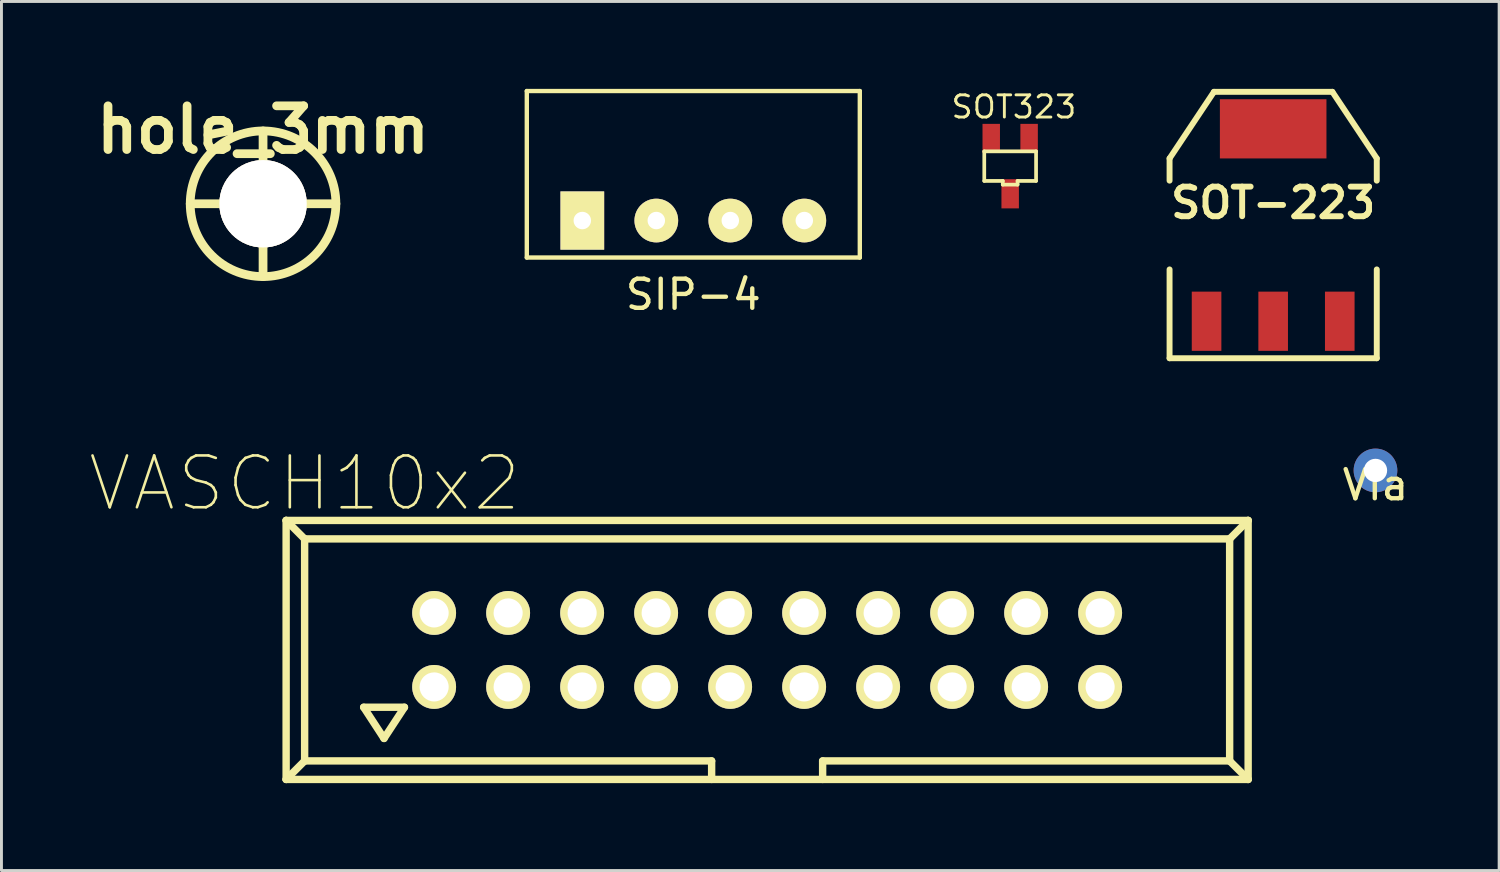
<source format=kicad_pcb>
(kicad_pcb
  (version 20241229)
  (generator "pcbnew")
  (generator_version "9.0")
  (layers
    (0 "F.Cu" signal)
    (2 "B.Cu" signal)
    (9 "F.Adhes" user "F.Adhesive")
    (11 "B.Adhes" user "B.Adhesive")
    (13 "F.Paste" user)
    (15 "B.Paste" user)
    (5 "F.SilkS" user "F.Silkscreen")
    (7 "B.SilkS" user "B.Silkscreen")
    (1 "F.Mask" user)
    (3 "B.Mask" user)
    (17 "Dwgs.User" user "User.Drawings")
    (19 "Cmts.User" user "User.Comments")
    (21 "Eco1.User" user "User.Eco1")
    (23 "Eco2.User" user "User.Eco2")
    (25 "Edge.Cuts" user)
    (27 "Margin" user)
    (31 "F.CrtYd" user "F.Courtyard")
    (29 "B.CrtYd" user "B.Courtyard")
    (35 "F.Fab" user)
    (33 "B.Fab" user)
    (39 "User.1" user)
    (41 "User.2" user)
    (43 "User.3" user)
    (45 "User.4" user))
  (footprint "SOT323"
    (layer "F.Cu")
    (at 31.623 2.652)
    (property "Reference" "SOT323" (at 0.127 -2.032 0) (layer "F.SilkS") (effects (font (size 0.762 0.762) (thickness 0.099))))
    (attr smd)
    (fp_line (start -0.889 -0.508) (end -0.889 0.508) (stroke (width 0.127) (type solid)) (layer "F.SilkS"))
    (fp_line (start -0.889 0.508) (end -0.254 0.508) (stroke (width 0.127) (type solid)) (layer "F.SilkS"))
    (fp_line (start -0.254 0.508) (end -0.254 0.635) (stroke (width 0.127) (type solid)) (layer "F.SilkS"))
    (fp_line (start -0.254 0.635) (end 0.254 0.635) (stroke (width 0.127) (type solid)) (layer "F.SilkS"))
    (fp_line (start 0.254 0.508) (end 0.889 0.508) (stroke (width 0.127) (type solid)) (layer "F.SilkS"))
    (fp_line (start 0.254 0.635) (end 0.254 0.508) (stroke (width 0.127) (type solid)) (layer "F.SilkS"))
    (fp_line (start 0.889 -0.508) (end -0.889 -0.508) (stroke (width 0.127) (type solid)) (layer "F.SilkS"))
    (fp_line (start 0.889 0.508) (end 0.889 -0.508) (stroke (width 0.127) (type solid)) (layer "F.SilkS"))
    (pad "1" smd rect (at 0.65 -0.95) (size 0.599 1.001) (layers "F.Cu" "F.Mask" "F.Paste"))
    (pad "2" smd rect (at -0.65 -0.95) (size 0.599 1.001) (layers "F.Cu" "F.Mask" "F.Paste"))
    (pad "3" smd rect (at 0 0.95) (size 0.599 1.001) (layers "F.Cu" "F.Mask" "F.Paste")))
  (footprint "SOT-223"
    (layer "F.Cu")
    (at 40.65 4.674)
    (property "Reference" "SOT-223" (at 0 -0.762 0) (layer "F.SilkS") (effects (font (size 1.016 1.016) (thickness 0.203))))
    (attr smd)
    (fp_line (start -3.556 -2.286) (end -2.032 -4.572) (stroke (width 0.203) (type solid)) (layer "F.SilkS"))
    (fp_line (start -3.556 -1.524) (end -3.556 -2.286) (stroke (width 0.203) (type solid)) (layer "F.SilkS"))
    (fp_line (start -3.556 1.524) (end -3.556 4.572) (stroke (width 0.203) (type solid)) (layer "F.SilkS"))
    (fp_line (start -3.556 4.572) (end 3.556 4.572) (stroke (width 0.203) (type solid)) (layer "F.SilkS"))
    (fp_line (start -2.032 -4.572) (end 2.032 -4.572) (stroke (width 0.203) (type solid)) (layer "F.SilkS"))
    (fp_line (start 2.032 -4.572) (end 3.556 -2.286) (stroke (width 0.203) (type solid)) (layer "F.SilkS"))
    (fp_line (start 3.556 -2.286) (end 3.556 -1.524) (stroke (width 0.203) (type solid)) (layer "F.SilkS"))
    (fp_line (start 3.556 4.572) (end 3.556 1.524) (stroke (width 0.203) (type solid)) (layer "F.SilkS"))
    (pad "1" smd rect (at -2.286 3.302) (size 1.016 2.032) (layers "F.Cu" "F.Mask" "F.Paste"))
    (pad "2" smd rect (at 0 3.302) (size 1.016 2.032) (layers "F.Cu" "F.Mask" "F.Paste"))
    (pad "3" smd rect (at 2.286 3.302) (size 1.016 2.032) (layers "F.Cu" "F.Mask" "F.Paste"))
    (pad "4" smd rect (at 0 -3.302) (size 3.658 2.032) (layers "F.Cu" "F.Mask" "F.Paste")))
  (footprint "VASCH10x2"
    (layer "F.Cu")
    (at 23.281 19.258)
    (property "Reference" "VASCH10x2" (at -15.875 -5.715 0) (layer "F.SilkS") (effects (font (size 1.778 1.778) (thickness 0.089))))
    (attr exclude_from_pos_files exclude_from_bom)
    (fp_line (start -16.51 -4.445) (end -16.51 4.445) (stroke (width 0.254) (type solid)) (layer "F.SilkS"))
    (fp_line (start -16.51 -4.445) (end -15.875 -3.81) (stroke (width 0.254) (type solid)) (layer "F.SilkS"))
    (fp_line (start -16.51 4.445) (end 16.51 4.445) (stroke (width 0.254) (type solid)) (layer "F.SilkS"))
    (fp_line (start -15.875 -3.81) (end -15.875 3.81) (stroke (width 0.254) (type solid)) (layer "F.SilkS"))
    (fp_line (start -15.875 -3.81) (end 15.875 -3.81) (stroke (width 0.254) (type solid)) (layer "F.SilkS"))
    (fp_line (start -15.875 3.81) (end -16.51 4.445) (stroke (width 0.254) (type solid)) (layer "F.SilkS"))
    (fp_line (start -15.875 3.81) (end -1.905 3.81) (stroke (width 0.254) (type solid)) (layer "F.SilkS"))
    (fp_line (start -13.848 1.968) (end -13.15 3.038) (stroke (width 0.254) (type solid)) (layer "F.SilkS"))
    (fp_line (start -13.15 3.038) (end -12.449 1.968) (stroke (width 0.254) (type solid)) (layer "F.SilkS"))
    (fp_line (start -12.449 1.968) (end -13.848 1.968) (stroke (width 0.254) (type solid)) (layer "F.SilkS"))
    (fp_line (start -1.905 3.81) (end -1.905 4.445) (stroke (width 0.254) (type solid)) (layer "F.SilkS"))
    (fp_line (start 1.905 3.81) (end 1.905 4.445) (stroke (width 0.254) (type solid)) (layer "F.SilkS"))
    (fp_line (start 15.875 -3.81) (end 15.875 3.81) (stroke (width 0.254) (type solid)) (layer "F.SilkS"))
    (fp_line (start 15.875 -3.81) (end 16.51 -4.445) (stroke (width 0.254) (type solid)) (layer "F.SilkS"))
    (fp_line (start 15.875 3.81) (end 1.905 3.81) (stroke (width 0.254) (type solid)) (layer "F.SilkS"))
    (fp_line (start 15.875 3.81) (end 16.51 4.445) (stroke (width 0.254) (type solid)) (layer "F.SilkS"))
    (fp_line (start 16.51 -4.445) (end -16.51 -4.445) (stroke (width 0.254) (type solid)) (layer "F.SilkS"))
    (fp_line (start 16.51 -4.445) (end 16.51 4.445) (stroke (width 0.254) (type solid)) (layer "F.SilkS"))
    (pad "1" thru_hole circle (at -11.43 1.27) (size 1.506 1.506) (drill 0.998) (layers "*.Cu" "*.Mask" "F.SilkS" "F.Paste"))
    (pad "2" thru_hole circle (at -11.43 -1.27) (size 1.506 1.506) (drill 0.998) (layers "*.Cu" "*.Mask" "F.SilkS" "F.Paste"))
    (pad "3" thru_hole circle (at -8.89 1.27) (size 1.506 1.506) (drill 0.998) (layers "*.Cu" "*.Mask" "F.SilkS" "F.Paste"))
    (pad "4" thru_hole circle (at -8.89 -1.27) (size 1.506 1.506) (drill 0.998) (layers "*.Cu" "*.Mask" "F.SilkS" "F.Paste"))
    (pad "5" thru_hole circle (at -6.35 1.27) (size 1.506 1.506) (drill 0.998) (layers "*.Cu" "*.Mask" "F.SilkS" "F.Paste"))
    (pad "6" thru_hole circle (at -6.35 -1.27) (size 1.506 1.506) (drill 0.998) (layers "*.Cu" "*.Mask" "F.SilkS" "F.Paste"))
    (pad "7" thru_hole circle (at -3.81 1.27) (size 1.506 1.506) (drill 0.998) (layers "*.Cu" "*.Mask" "F.SilkS" "F.Paste"))
    (pad "8" thru_hole circle (at -3.81 -1.27) (size 1.506 1.506) (drill 0.998) (layers "*.Cu" "*.Mask" "F.SilkS" "F.Paste"))
    (pad "9" thru_hole circle (at -1.27 1.27) (size 1.506 1.506) (drill 0.998) (layers "*.Cu" "*.Mask" "F.SilkS" "F.Paste"))
    (pad "10" thru_hole circle (at -1.27 -1.27) (size 1.506 1.506) (drill 0.998) (layers "*.Cu" "*.Mask" "F.SilkS" "F.Paste"))
    (pad "11" thru_hole circle (at 1.27 1.27) (size 1.506 1.506) (drill 0.998) (layers "*.Cu" "*.Mask" "F.SilkS" "F.Paste"))
    (pad "12" thru_hole circle (at 1.27 -1.27) (size 1.506 1.506) (drill 0.998) (layers "*.Cu" "*.Mask" "F.SilkS" "F.Paste"))
    (pad "13" thru_hole circle (at 3.81 1.27) (size 1.506 1.506) (drill 0.998) (layers "*.Cu" "*.Mask" "F.SilkS" "F.Paste"))
    (pad "14" thru_hole circle (at 3.81 -1.27) (size 1.506 1.506) (drill 0.998) (layers "*.Cu" "*.Mask" "F.SilkS" "F.Paste"))
    (pad "15" thru_hole circle (at 6.35 1.27) (size 1.506 1.506) (drill 0.998) (layers "*.Cu" "*.Mask" "F.SilkS" "F.Paste"))
    (pad "16" thru_hole circle (at 6.35 -1.27) (size 1.506 1.506) (drill 0.998) (layers "*.Cu" "*.Mask" "F.SilkS" "F.Paste"))
    (pad "17" thru_hole circle (at 8.89 1.27) (size 1.506 1.506) (drill 0.998) (layers "*.Cu" "*.Mask" "F.SilkS" "F.Paste"))
    (pad "18" thru_hole circle (at 8.89 -1.27) (size 1.506 1.506) (drill 0.998) (layers "*.Cu" "*.Mask" "F.SilkS" "F.Paste"))
    (pad "19" thru_hole circle (at 11.43 1.27) (size 1.506 1.506) (drill 0.998) (layers "*.Cu" "*.Mask" "F.SilkS" "F.Paste"))
    (pad "20" thru_hole circle (at 11.43 -1.27) (size 1.506 1.506) (drill 0.998) (layers "*.Cu" "*.Mask" "F.SilkS" "F.Paste")))
  (footprint "Via"
    (layer "F.Cu")
    (at 44.162 13.097)
    (property "Reference" "Via" (at 0 0.5 0) (layer "F.SilkS") (effects (font (size 1 1) (thickness 0.15))))
    (attr through_hole)
    (pad "1" thru_hole circle (at 0 0) (size 1.5 1.5) (drill 0.8) (layers "*.Cu")))
  (footprint "SIP-4"
    (layer "F.Cu")
    (at 20.747 4.52)
    (property "Reference" "SIP-4" (at 0 2.54 0) (layer "F.SilkS") (effects (font (size 1 1) (thickness 0.15))))
    (attr through_hole)
    (fp_line (start -5.715 -4.445) (end 5.715 -4.445) (stroke (width 0.15) (type solid)) (layer "F.SilkS"))
    (fp_line (start -5.715 1.27) (end -5.715 -4.445) (stroke (width 0.15) (type solid)) (layer "F.SilkS"))
    (fp_line (start 5.715 -4.445) (end 5.715 1.27) (stroke (width 0.15) (type solid)) (layer "F.SilkS"))
    (fp_line (start 5.715 1.27) (end -5.715 1.27) (stroke (width 0.15) (type solid)) (layer "F.SilkS"))
    (pad "1" thru_hole rect (at -3.81 0) (size 1.5 2) (drill 0.6) (layers "*.Cu" "*.Mask" "F.SilkS"))
    (pad "2" thru_hole circle (at -1.27 0) (size 1.5 1.5) (drill 0.6) (layers "*.Cu" "*.Mask" "F.SilkS"))
    (pad "3" thru_hole circle (at 1.27 0) (size 1.5 1.5) (drill 0.6) (layers "*.Cu" "*.Mask" "F.SilkS"))
    (pad "4" thru_hole circle (at 3.81 0) (size 1.5 1.5) (drill 0.6) (layers "*.Cu" "*.Mask" "F.SilkS")))
  (footprint "hole_3mm"
    (layer "F.Cu")
    (at 5.979 3.944)
    (property "Reference" "hole_3mm" (at 0 -2.54 0) (layer "F.SilkS") (effects (font (size 1.5 1.5) (thickness 0.3))))
    (attr through_hole)
    (fp_line (start -2.5 0) (end -1.5 0) (stroke (width 0.3) (type solid)) (layer "F.SilkS"))
    (fp_line (start 0 -1.5) (end 0 -2.5) (stroke (width 0.3) (type solid)) (layer "F.SilkS"))
    (fp_line (start 0 2.5) (end 0 1.5) (stroke (width 0.3) (type solid)) (layer "F.SilkS"))
    (fp_line (start 2.5 0) (end 1.5 0) (stroke (width 0.3) (type solid)) (layer "F.SilkS"))
    (fp_circle (center 0 0) (end 2.5 0) (stroke (width 0.3) (type solid)) (fill no) (layer "F.SilkS"))
    (pad "" thru_hole circle (at 0 0) (size 3 3) (drill 3) (layers "*.Cu" "F.SilkS")))
  (gr_rect
    (start -3 -3)
    (end 48.406 26.83)
    (stroke (width 0.1) (type default))
    (fill no)
    (layer "Edge.Cuts")))
</source>
